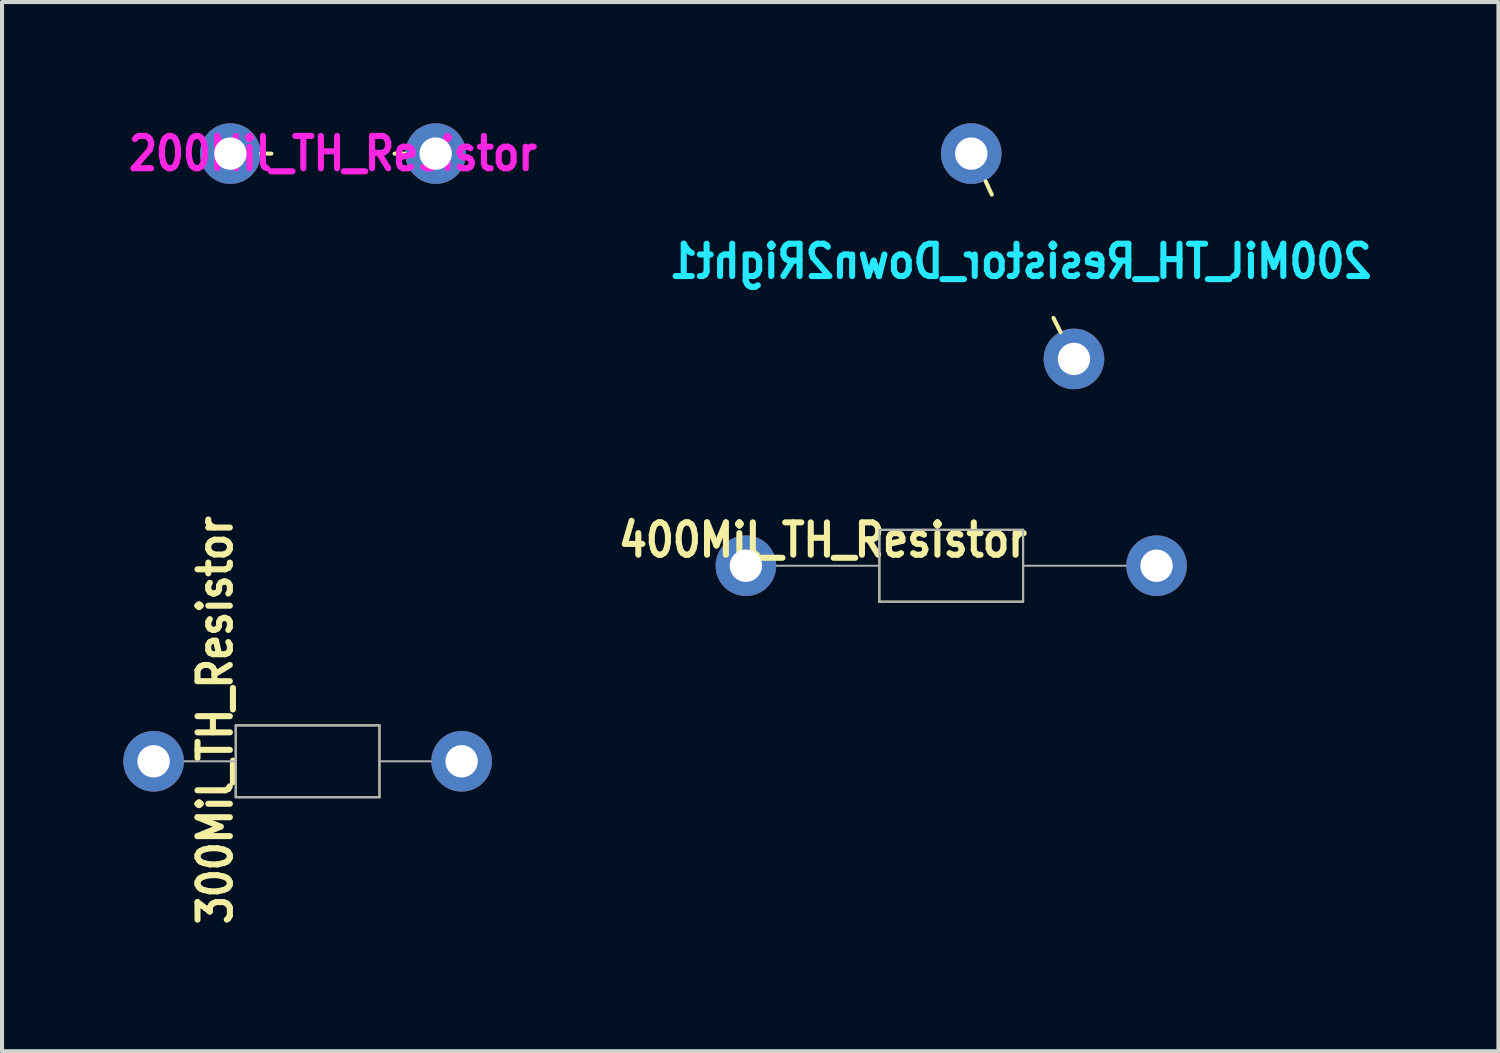
<source format=kicad_pcb>
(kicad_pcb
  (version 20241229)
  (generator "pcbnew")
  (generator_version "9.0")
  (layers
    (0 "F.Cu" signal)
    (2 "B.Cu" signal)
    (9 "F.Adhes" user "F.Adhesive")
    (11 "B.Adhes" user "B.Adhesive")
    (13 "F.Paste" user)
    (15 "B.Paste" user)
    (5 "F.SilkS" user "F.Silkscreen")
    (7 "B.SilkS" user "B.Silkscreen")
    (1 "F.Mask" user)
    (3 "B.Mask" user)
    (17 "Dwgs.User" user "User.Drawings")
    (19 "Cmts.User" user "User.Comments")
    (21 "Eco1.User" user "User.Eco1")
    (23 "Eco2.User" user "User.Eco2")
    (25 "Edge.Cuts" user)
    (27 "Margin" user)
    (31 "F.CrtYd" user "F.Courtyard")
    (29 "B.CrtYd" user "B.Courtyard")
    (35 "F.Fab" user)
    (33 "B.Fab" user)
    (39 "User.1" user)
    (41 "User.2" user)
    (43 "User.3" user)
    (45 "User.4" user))
  (footprint "300Mil_TH_Resistor"
    (placed yes)
    (layer "F.Cu")
    (at 0.75 15.784)
    (property "Reference" "300Mil_TH_Resistor" (at 1.524 -1.016 90) (layer "F.SilkS") (effects (font (size 0.8 0.7) (thickness 0.15))))
    (attr through_hole)
    (fp_line (start 2.032 -0.889) (end 2.032 0.889) (stroke (width 0.05) (type solid)) (layer "F.SilkS"))
    (fp_line (start 2.032 -0.889) (end 5.588 -0.889) (stroke (width 0.05) (type solid)) (layer "F.SilkS"))
    (fp_line (start 2.032 0.889) (end 5.588 0.889) (stroke (width 0.05) (type solid)) (layer "F.SilkS"))
    (fp_line (start 5.588 -0.889) (end 5.588 0.889) (stroke (width 0.05) (type solid)) (layer "F.SilkS"))
    (fp_line (start 0.762 0) (end 2.032 0) (stroke (width 0.05) (type solid)) (layer "F.Fab"))
    (fp_line (start 2.032 -0.889) (end 2.032 0.889) (stroke (width 0.05) (type solid)) (layer "F.Fab"))
    (fp_line (start 2.032 -0.889) (end 5.588 -0.889) (stroke (width 0.05) (type solid)) (layer "F.Fab"))
    (fp_line (start 2.032 0.889) (end 5.588 0.889) (stroke (width 0.05) (type solid)) (layer "F.Fab"))
    (fp_line (start 5.588 -0.889) (end 5.588 0.889) (stroke (width 0.05) (type solid)) (layer "F.Fab"))
    (fp_line (start 5.588 0) (end 6.858 0) (stroke (width 0.05) (type solid)) (layer "F.Fab"))
    (pad "1" thru_hole circle (at 0 0) (size 1.5 1.5) (drill 0.8) (layers "*.Cu" "*.Mask"))
    (pad "2" thru_hole circle (at 7.62 0) (size 1.5 1.5) (drill 0.8) (layers "*.Cu" "*.Mask")))
  (footprint "200Mil_TH_Resistor_Down2Right1"
    (placed yes)
    (layer "F.Cu")
    (at 20.979 0.75)
    (property "Reference" "200Mil_TH_Resistor_Down2Right1" (at 1.219 2.667 0) (layer "B.CrtYd") (effects (font (size 0.8 0.7) (thickness 0.15)) (justify mirror)))
    (attr through_hole)
    (fp_line (start 0.356 0.686) (end 0.508 1.016) (stroke (width 0.1) (type solid)) (layer "F.SilkS"))
    (fp_line (start 2.21 4.42) (end 2.032 4.064) (stroke (width 0.1) (type solid)) (layer "F.SilkS"))
    (pad "1" thru_hole circle (at 0 0) (size 1.5 1.5) (drill 0.8) (layers "*.Cu" "*.Mask"))
    (pad "2" thru_hole circle (at 2.54 5.08) (size 1.5 1.5) (drill 0.8) (layers "*.Cu" "*.Mask")))
  (footprint "400Mil_TH_Resistor"
    (placed yes)
    (layer "F.Cu")
    (at 15.403 10.946)
    (property "Reference" "400Mil_TH_Resistor" (at 1.905 -0.635 0) (layer "F.SilkS") (effects (font (size 0.8 0.7) (thickness 0.15))))
    (attr through_hole)
    (fp_line (start 3.302 -0.889) (end 3.302 0.889) (stroke (width 0.05) (type solid)) (layer "F.SilkS"))
    (fp_line (start 3.302 -0.889) (end 6.858 -0.889) (stroke (width 0.05) (type solid)) (layer "F.SilkS"))
    (fp_line (start 3.302 0.889) (end 6.858 0.889) (stroke (width 0.05) (type solid)) (layer "F.SilkS"))
    (fp_line (start 6.858 -0.889) (end 6.858 0.889) (stroke (width 0.05) (type solid)) (layer "F.SilkS"))
    (fp_line (start 0.762 0) (end 3.302 0) (stroke (width 0.05) (type solid)) (layer "F.Fab"))
    (fp_line (start 3.302 -0.889) (end 3.302 0.889) (stroke (width 0.05) (type solid)) (layer "F.Fab"))
    (fp_line (start 3.302 -0.889) (end 6.858 -0.889) (stroke (width 0.05) (type solid)) (layer "F.Fab"))
    (fp_line (start 3.302 0.889) (end 6.858 0.889) (stroke (width 0.05) (type solid)) (layer "F.Fab"))
    (fp_line (start 6.858 -0.889) (end 6.858 0.889) (stroke (width 0.05) (type solid)) (layer "F.Fab"))
    (fp_line (start 6.858 0) (end 9.398 0) (stroke (width 0.05) (type solid)) (layer "F.Fab"))
    (pad "1" thru_hole circle (at 0 0) (size 1.5 1.5) (drill 0.8) (layers "*.Cu" "*.Mask"))
    (pad "2" thru_hole circle (at 10.16 0) (size 1.5 1.5) (drill 0.8) (layers "*.Cu" "*.Mask")))
  (footprint "200Mil_TH_Resistor"
    (placed yes)
    (layer "F.Cu")
    (at 2.648 0.75)
    (property "Reference" "200Mil_TH_Resistor" (at 2.54 0 0) (layer "F.CrtYd") (effects (font (size 0.8 0.7) (thickness 0.15))))
    (attr through_hole)
    (fp_line (start 0.762 0) (end 1.016 0) (stroke (width 0.1) (type solid)) (layer "F.SilkS"))
    (fp_line (start 4.064 0) (end 4.318 0) (stroke (width 0.1) (type solid)) (layer "F.SilkS"))
    (pad "1" thru_hole circle (at 0 0) (size 1.5 1.5) (drill 0.8) (layers "*.Cu" "*.Mask"))
    (pad "2" thru_hole circle (at 5.08 0) (size 1.5 1.5) (drill 0.8) (layers "*.Cu" "*.Mask")))
  (gr_rect
    (start -3 -3)
    (end 34.02 22.957)
    (stroke (width 0.1) (type default))
    (fill no)
    (layer "Edge.Cuts")))
</source>
